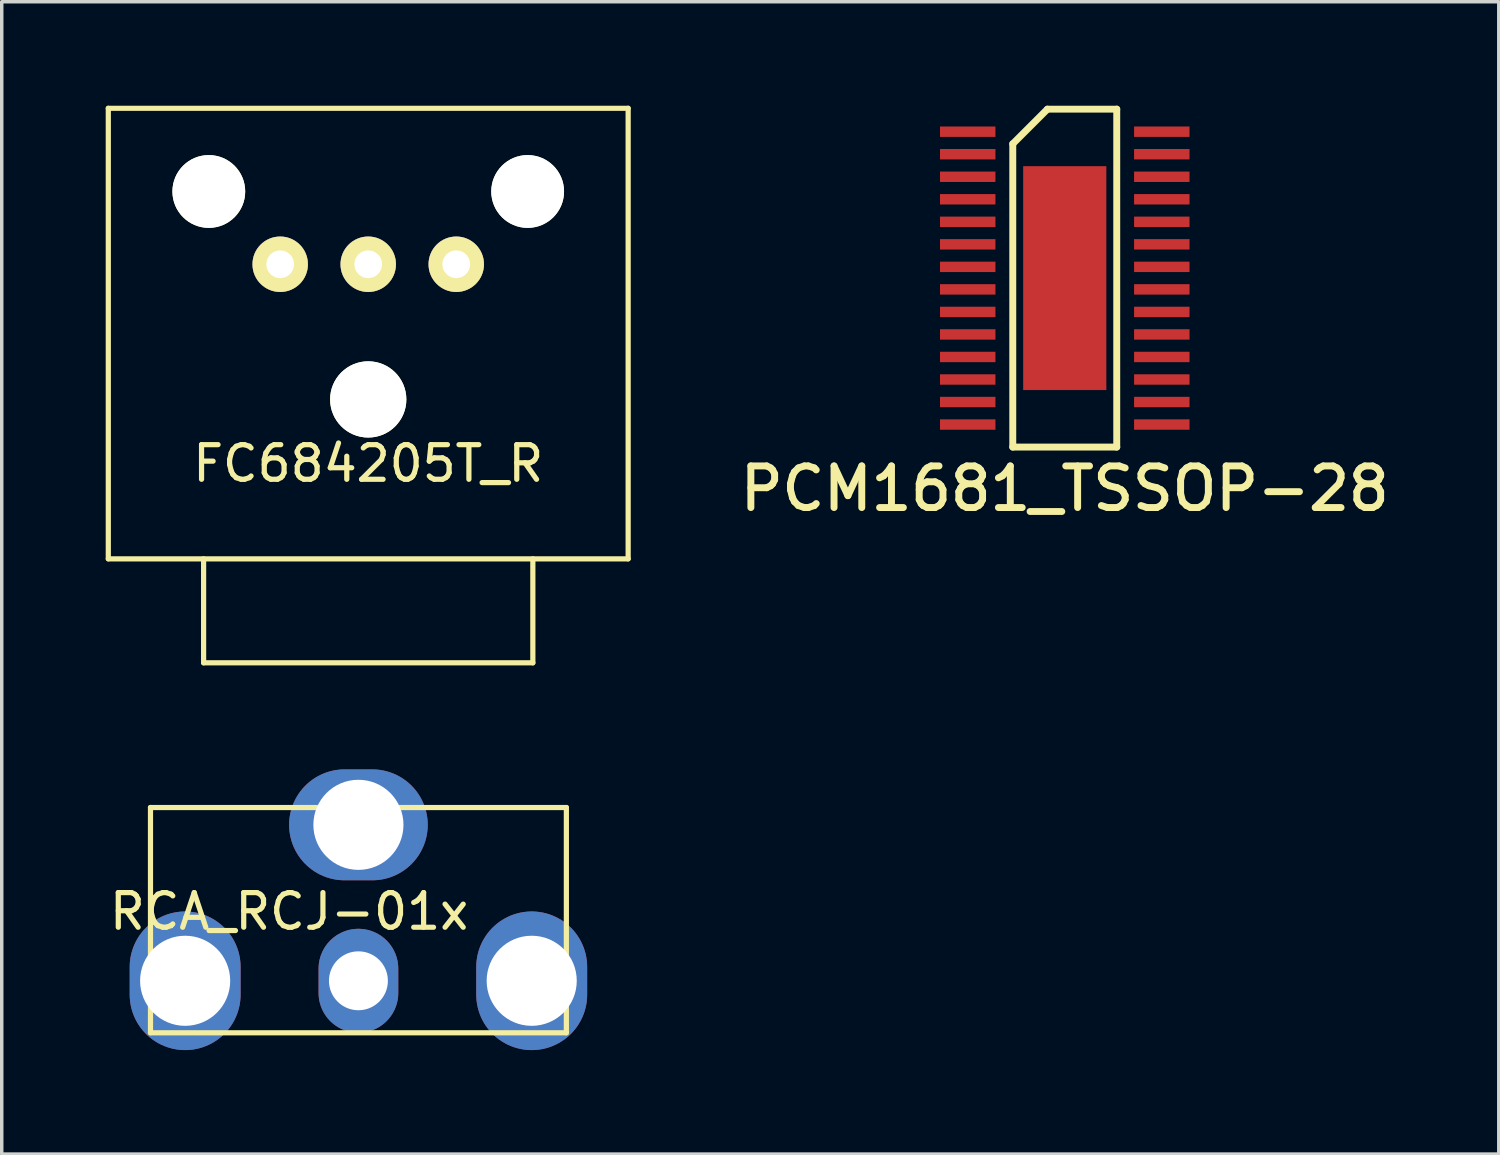
<source format=kicad_pcb>
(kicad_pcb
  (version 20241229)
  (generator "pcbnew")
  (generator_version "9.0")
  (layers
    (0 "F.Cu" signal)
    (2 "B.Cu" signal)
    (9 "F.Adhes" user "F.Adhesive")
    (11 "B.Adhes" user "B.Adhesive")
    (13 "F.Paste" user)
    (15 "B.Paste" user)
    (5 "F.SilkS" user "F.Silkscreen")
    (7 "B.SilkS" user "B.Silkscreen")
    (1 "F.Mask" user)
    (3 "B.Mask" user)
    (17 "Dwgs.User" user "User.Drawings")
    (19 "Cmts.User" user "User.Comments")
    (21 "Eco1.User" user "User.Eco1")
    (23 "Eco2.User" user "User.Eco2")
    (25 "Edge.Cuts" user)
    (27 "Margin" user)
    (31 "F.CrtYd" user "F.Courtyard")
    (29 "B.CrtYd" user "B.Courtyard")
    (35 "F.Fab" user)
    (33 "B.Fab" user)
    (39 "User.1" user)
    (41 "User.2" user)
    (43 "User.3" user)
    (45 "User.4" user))
  (footprint "PCM1681_TSSOP-28"
    (layer "F.Cu")
    (at 27.673 4.975)
    (property "Reference" "PCM1681_TSSOP-28" (at 0 6.075 0) (layer "F.SilkS") (effects (font (size 1.2 1.2) (thickness 0.2))))
    (attr through_hole)
    (fp_line (start -1.5 -3.875) (end -1.5 4.875) (stroke (width 0.2) (type solid)) (layer "F.SilkS"))
    (fp_line (start -1.5 4.875) (end 1.5 4.875) (stroke (width 0.2) (type solid)) (layer "F.SilkS"))
    (fp_line (start -0.5 -4.875) (end -1.5 -3.875) (stroke (width 0.2) (type solid)) (layer "F.SilkS"))
    (fp_line (start 1.5 -4.875) (end -0.5 -4.875) (stroke (width 0.2) (type solid)) (layer "F.SilkS"))
    (fp_line (start 1.5 4.875) (end 1.5 -4.875) (stroke (width 0.2) (type solid)) (layer "F.SilkS"))
    (pad "1" smd rect (at -2.8 -4.225) (size 1.6 0.3) (layers "F.Cu" "F.Mask" "F.Paste"))
    (pad "2" smd rect (at -2.8 -3.575) (size 1.6 0.3) (layers "F.Cu" "F.Mask" "F.Paste"))
    (pad "3" smd rect (at -2.8 -2.925) (size 1.6 0.3) (layers "F.Cu" "F.Mask" "F.Paste"))
    (pad "4" smd rect (at -2.8 -2.275) (size 1.6 0.3) (layers "F.Cu" "F.Mask" "F.Paste"))
    (pad "5" smd rect (at -2.8 -1.625) (size 1.6 0.3) (layers "F.Cu" "F.Mask" "F.Paste"))
    (pad "6" smd rect (at -2.8 -0.975) (size 1.6 0.3) (layers "F.Cu" "F.Mask" "F.Paste"))
    (pad "7" smd rect (at -2.8 -0.325) (size 1.6 0.3) (layers "F.Cu" "F.Mask" "F.Paste"))
    (pad "8" smd rect (at -2.8 0.325) (size 1.6 0.3) (layers "F.Cu" "F.Mask" "F.Paste"))
    (pad "9" smd rect (at -2.8 0.975) (size 1.6 0.3) (layers "F.Cu" "F.Mask" "F.Paste"))
    (pad "10" smd rect (at -2.8 1.625) (size 1.6 0.3) (layers "F.Cu" "F.Mask" "F.Paste"))
    (pad "11" smd rect (at -2.8 2.275) (size 1.6 0.3) (layers "F.Cu" "F.Mask" "F.Paste"))
    (pad "12" smd rect (at -2.8 2.925) (size 1.6 0.3) (layers "F.Cu" "F.Mask" "F.Paste"))
    (pad "13" smd rect (at -2.8 3.575) (size 1.6 0.3) (layers "F.Cu" "F.Mask" "F.Paste"))
    (pad "14" smd rect (at -2.8 4.225) (size 1.6 0.3) (layers "F.Cu" "F.Mask" "F.Paste"))
    (pad "15" smd rect (at 2.8 4.225) (size 1.6 0.3) (layers "F.Cu" "F.Mask" "F.Paste"))
    (pad "16" smd rect (at 2.8 3.575) (size 1.6 0.3) (layers "F.Cu" "F.Mask" "F.Paste"))
    (pad "17" smd rect (at 2.8 2.925) (size 1.6 0.3) (layers "F.Cu" "F.Mask" "F.Paste"))
    (pad "18" smd rect (at 2.8 2.275) (size 1.6 0.3) (layers "F.Cu" "F.Mask" "F.Paste"))
    (pad "19" smd rect (at 2.8 1.625) (size 1.6 0.3) (layers "F.Cu" "F.Mask" "F.Paste"))
    (pad "20" smd rect (at 2.8 0.975) (size 1.6 0.3) (layers "F.Cu" "F.Mask" "F.Paste"))
    (pad "21" smd rect (at 2.8 0.325) (size 1.6 0.3) (layers "F.Cu" "F.Mask" "F.Paste"))
    (pad "22" smd rect (at 2.8 -0.325) (size 1.6 0.3) (layers "F.Cu" "F.Mask" "F.Paste"))
    (pad "23" smd rect (at 2.8 -0.975) (size 1.6 0.3) (layers "F.Cu" "F.Mask" "F.Paste"))
    (pad "24" smd rect (at 2.8 -1.625) (size 1.6 0.3) (layers "F.Cu" "F.Mask" "F.Paste"))
    (pad "25" smd rect (at 2.8 -2.275) (size 1.6 0.3) (layers "F.Cu" "F.Mask" "F.Paste"))
    (pad "26" smd rect (at 2.8 -2.925) (size 1.6 0.3) (layers "F.Cu" "F.Mask" "F.Paste"))
    (pad "27" smd rect (at 2.8 -3.575) (size 1.6 0.3) (layers "F.Cu" "F.Mask" "F.Paste"))
    (pad "28" smd rect (at 2.8 -4.225) (size 1.6 0.3) (layers "F.Cu" "F.Mask" "F.Paste"))
    (pad "29" smd rect (at 0 0) (size 2.4 6.46) (layers "F.Cu" "F.Mask" "F.Paste")))
  (footprint "RCA_RCJ-01x"
    (layer "F.Cu")
    (at 7.292 25.25)
    (property "Reference" "RCA_RCJ-01x" (at -2 -2 0) (layer "F.SilkS") (effects (font (size 1 1) (thickness 0.15))))
    (attr through_hole)
    (fp_line (start -6 -5) (end -6 1.5) (stroke (width 0.15) (type solid)) (layer "F.SilkS"))
    (fp_line (start -6 1.5) (end 6 1.5) (stroke (width 0.15) (type solid)) (layer "F.SilkS"))
    (fp_line (start 6 -5) (end -6 -5) (stroke (width 0.15) (type solid)) (layer "F.SilkS"))
    (fp_line (start 6 1.5) (end 6 -5) (stroke (width 0.15) (type solid)) (layer "F.SilkS"))
    (pad "1" thru_hole oval (at 0 0) (size 2.3 3) (drill 1.7) (layers "*.Cu" "*.Mask"))
    (pad "2" thru_hole oval (at -5 0) (size 3.2 4) (drill 2.6) (layers "*.Cu" "*.Mask"))
    (pad "2" thru_hole oval (at 0 -4.5 90) (size 3.2 4) (drill 2.6) (layers "*.Cu" "*.Mask"))
    (pad "2" thru_hole oval (at 5 0) (size 3.2 4) (drill 2.6) (layers "*.Cu" "*.Mask")))
  (footprint "FC684205T_R"
    (layer "F.Cu")
    (at 7.575 13.075)
    (property "Reference" "FC684205T_R" (at 0 -2.75 180) (layer "F.SilkS") (effects (font (size 1 1) (thickness 0.15))))
    (attr through_hole)
    (fp_line (start -7.5 -13) (end -7.5 0) (stroke (width 0.15) (type solid)) (layer "F.SilkS"))
    (fp_line (start -7.5 0) (end 7.5 0) (stroke (width 0.15) (type solid)) (layer "F.SilkS"))
    (fp_line (start -4.75 0) (end -4.75 3) (stroke (width 0.15) (type solid)) (layer "F.SilkS"))
    (fp_line (start -4.75 3) (end 4.75 3) (stroke (width 0.15) (type solid)) (layer "F.SilkS"))
    (fp_line (start 4.75 3) (end 4.75 0) (stroke (width 0.15) (type solid)) (layer "F.SilkS"))
    (fp_line (start 7.5 -13) (end -7.5 -13) (stroke (width 0.15) (type solid)) (layer "F.SilkS"))
    (fp_line (start 7.5 0) (end 7.5 -13) (stroke (width 0.15) (type solid)) (layer "F.SilkS"))
    (pad "" np_thru_hole circle (at -4.6 -10.6) (size 2.1 2.1) (drill 2.1) (layers "*.Cu" "*.Mask" "F.SilkS"))
    (pad "" np_thru_hole circle (at 0 -4.6) (size 2.2 2.2) (drill 2.2) (layers "*.Cu" "*.Mask" "F.SilkS"))
    (pad "" np_thru_hole circle (at 4.6 -10.6) (size 2.1 2.1) (drill 2.1) (layers "*.Cu" "*.Mask" "F.SilkS"))
    (pad "1" thru_hole circle (at -2.54 -8.5) (size 1.6 1.6) (drill 0.8) (layers "*.Cu" "*.Mask" "F.SilkS"))
    (pad "2" thru_hole circle (at 0 -8.5) (size 1.6 1.6) (drill 0.8) (layers "*.Cu" "*.Mask" "F.SilkS"))
    (pad "3" thru_hole circle (at 2.54 -8.5) (size 1.6 1.6) (drill 0.8) (layers "*.Cu" "*.Mask" "F.SilkS")))
  (gr_rect
    (start -3 -3)
    (end 40.196 30.25)
    (stroke (width 0.1) (type default))
    (fill no)
    (layer "Edge.Cuts")))
</source>
